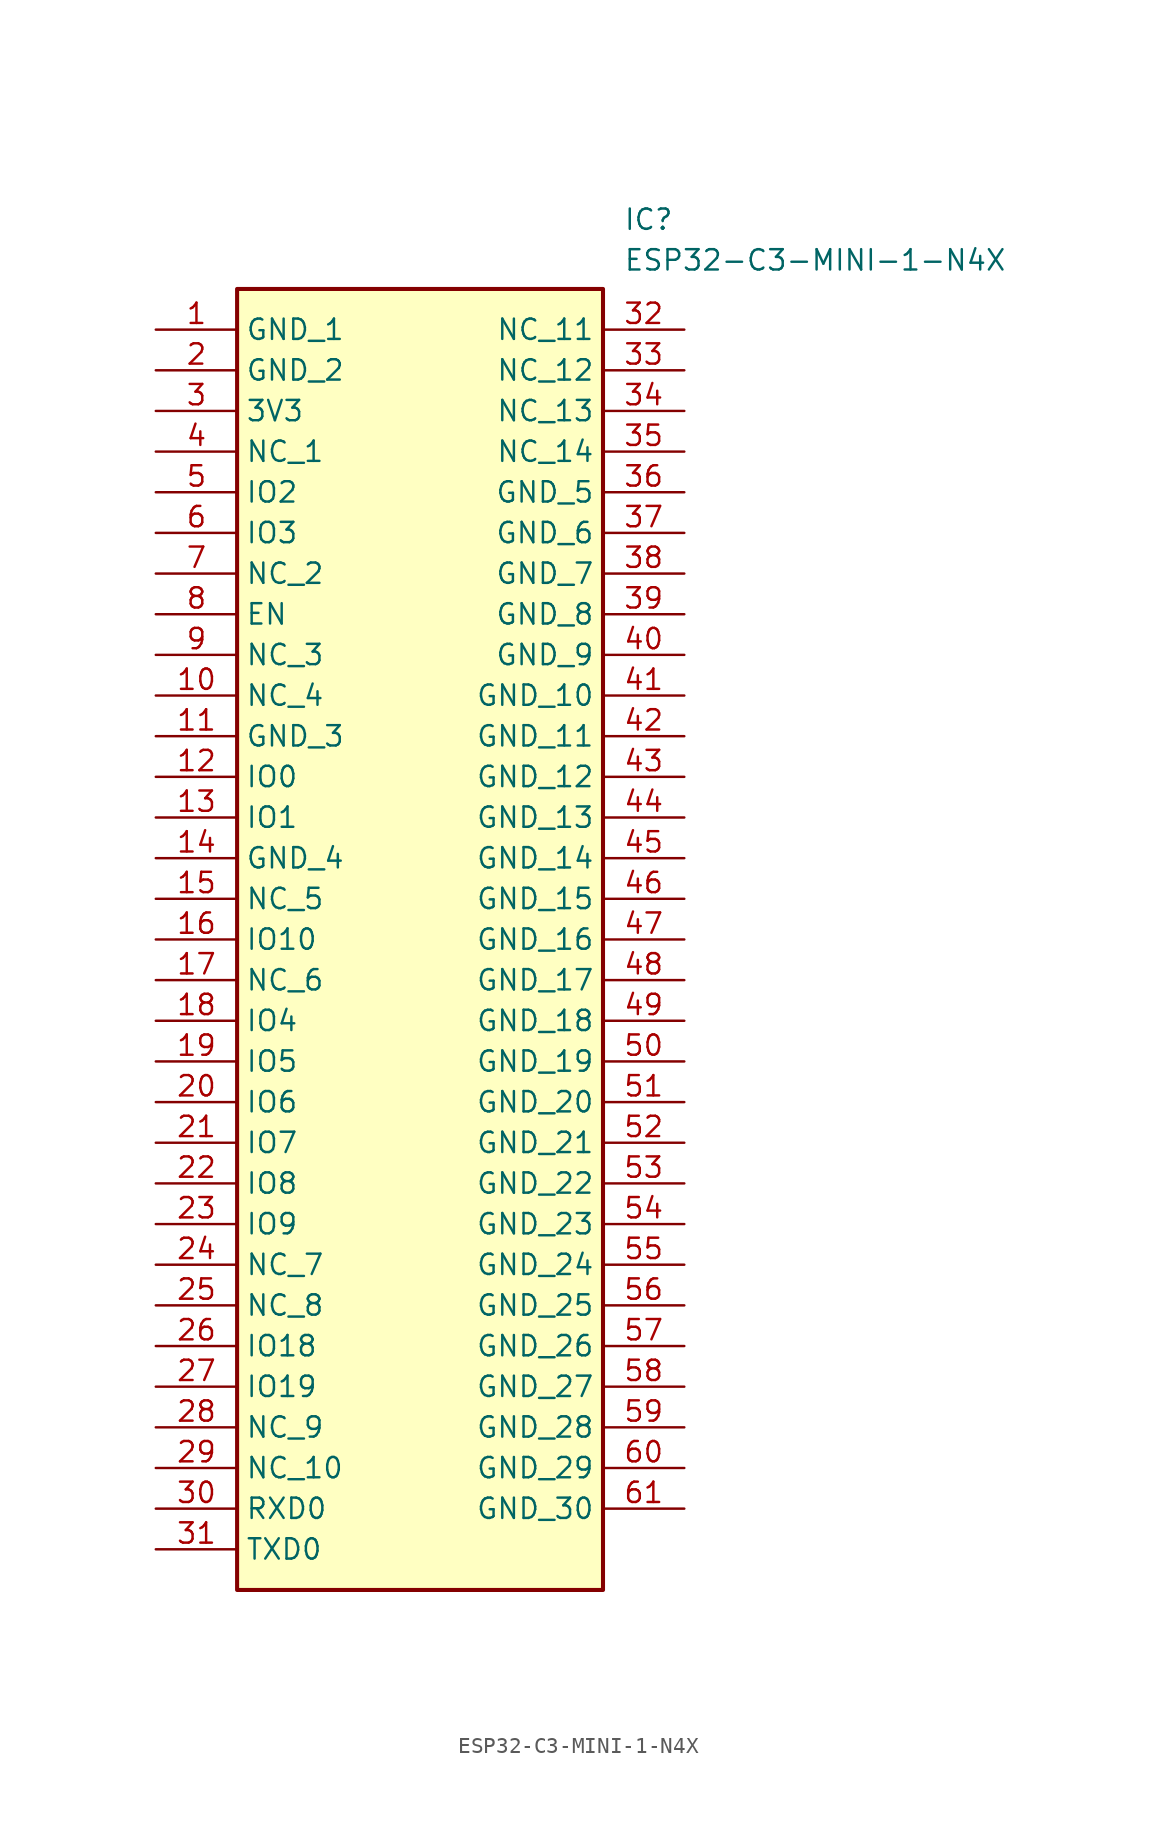
<source format=kicad_sym>
(kicad_symbol_lib
  (version 20211014)
  (generator SamacSys_ECAD_Model)
  (symbol "ESP32-C3-MINI-1-N4X"
    (property "Reference" "IC"
      (at 29.21 7.62 0)
      (effects (font (size 1.27 1.27)) (justify left top)))
    (property "Value" "ESP32-C3-MINI-1-N4X"
      (at 29.21 5.08 0)
      (effects (font (size 1.27 1.27)) (justify left top)))
    (rectangle
      (start 5.08 2.54)
      (end 27.94 -78.74)
      (stroke (width 0.254) (type default))
      (fill (type background)))
    (pin passive line
      (at 0 0 0)
      (length 5.08)
      (name "GND_1" (effects (font (size 1.27 1.27))))
      (number "1" (effects (font (size 1.27 1.27)))))
    (pin passive line
      (at 0 -2.54 0)
      (length 5.08)
      (name "GND_2" (effects (font (size 1.27 1.27))))
      (number "2" (effects (font (size 1.27 1.27)))))
    (pin passive line
      (at 0 -5.08 0)
      (length 5.08)
      (name "3V3" (effects (font (size 1.27 1.27))))
      (number "3" (effects (font (size 1.27 1.27)))))
    (pin passive line
      (at 0 -7.62 0)
      (length 5.08)
      (name "NC_1" (effects (font (size 1.27 1.27))))
      (number "4" (effects (font (size 1.27 1.27)))))
    (pin passive line
      (at 0 -10.16 0)
      (length 5.08)
      (name "IO2" (effects (font (size 1.27 1.27))))
      (number "5" (effects (font (size 1.27 1.27)))))
    (pin passive line
      (at 0 -12.7 0)
      (length 5.08)
      (name "IO3" (effects (font (size 1.27 1.27))))
      (number "6" (effects (font (size 1.27 1.27)))))
    (pin passive line
      (at 0 -15.24 0)
      (length 5.08)
      (name "NC_2" (effects (font (size 1.27 1.27))))
      (number "7" (effects (font (size 1.27 1.27)))))
    (pin passive line
      (at 0 -17.78 0)
      (length 5.08)
      (name "EN" (effects (font (size 1.27 1.27))))
      (number "8" (effects (font (size 1.27 1.27)))))
    (pin passive line
      (at 0 -20.32 0)
      (length 5.08)
      (name "NC_3" (effects (font (size 1.27 1.27))))
      (number "9" (effects (font (size 1.27 1.27)))))
    (pin passive line
      (at 0 -22.86 0)
      (length 5.08)
      (name "NC_4" (effects (font (size 1.27 1.27))))
      (number "10" (effects (font (size 1.27 1.27)))))
    (pin passive line
      (at 0 -25.4 0)
      (length 5.08)
      (name "GND_3" (effects (font (size 1.27 1.27))))
      (number "11" (effects (font (size 1.27 1.27)))))
    (pin passive line
      (at 0 -27.94 0)
      (length 5.08)
      (name "IO0" (effects (font (size 1.27 1.27))))
      (number "12" (effects (font (size 1.27 1.27)))))
    (pin passive line
      (at 0 -30.48 0)
      (length 5.08)
      (name "IO1" (effects (font (size 1.27 1.27))))
      (number "13" (effects (font (size 1.27 1.27)))))
    (pin passive line
      (at 0 -33.02 0)
      (length 5.08)
      (name "GND_4" (effects (font (size 1.27 1.27))))
      (number "14" (effects (font (size 1.27 1.27)))))
    (pin passive line
      (at 0 -35.56 0)
      (length 5.08)
      (name "NC_5" (effects (font (size 1.27 1.27))))
      (number "15" (effects (font (size 1.27 1.27)))))
    (pin passive line
      (at 0 -38.1 0)
      (length 5.08)
      (name "IO10" (effects (font (size 1.27 1.27))))
      (number "16" (effects (font (size 1.27 1.27)))))
    (pin passive line
      (at 0 -40.64 0)
      (length 5.08)
      (name "NC_6" (effects (font (size 1.27 1.27))))
      (number "17" (effects (font (size 1.27 1.27)))))
    (pin passive line
      (at 0 -43.18 0)
      (length 5.08)
      (name "IO4" (effects (font (size 1.27 1.27))))
      (number "18" (effects (font (size 1.27 1.27)))))
    (pin passive line
      (at 0 -45.72 0)
      (length 5.08)
      (name "IO5" (effects (font (size 1.27 1.27))))
      (number "19" (effects (font (size 1.27 1.27)))))
    (pin passive line
      (at 0 -48.26 0)
      (length 5.08)
      (name "IO6" (effects (font (size 1.27 1.27))))
      (number "20" (effects (font (size 1.27 1.27)))))
    (pin passive line
      (at 0 -50.8 0)
      (length 5.08)
      (name "IO7" (effects (font (size 1.27 1.27))))
      (number "21" (effects (font (size 1.27 1.27)))))
    (pin passive line
      (at 0 -53.34 0)
      (length 5.08)
      (name "IO8" (effects (font (size 1.27 1.27))))
      (number "22" (effects (font (size 1.27 1.27)))))
    (pin passive line
      (at 0 -55.88 0)
      (length 5.08)
      (name "IO9" (effects (font (size 1.27 1.27))))
      (number "23" (effects (font (size 1.27 1.27)))))
    (pin passive line
      (at 0 -58.42 0)
      (length 5.08)
      (name "NC_7" (effects (font (size 1.27 1.27))))
      (number "24" (effects (font (size 1.27 1.27)))))
    (pin passive line
      (at 0 -60.96 0)
      (length 5.08)
      (name "NC_8" (effects (font (size 1.27 1.27))))
      (number "25" (effects (font (size 1.27 1.27)))))
    (pin passive line
      (at 0 -63.5 0)
      (length 5.08)
      (name "IO18" (effects (font (size 1.27 1.27))))
      (number "26" (effects (font (size 1.27 1.27)))))
    (pin passive line
      (at 0 -66.04 0)
      (length 5.08)
      (name "IO19" (effects (font (size 1.27 1.27))))
      (number "27" (effects (font (size 1.27 1.27)))))
    (pin passive line
      (at 0 -68.58 0)
      (length 5.08)
      (name "NC_9" (effects (font (size 1.27 1.27))))
      (number "28" (effects (font (size 1.27 1.27)))))
    (pin passive line
      (at 0 -71.12 0)
      (length 5.08)
      (name "NC_10" (effects (font (size 1.27 1.27))))
      (number "29" (effects (font (size 1.27 1.27)))))
    (pin passive line
      (at 0 -73.66 0)
      (length 5.08)
      (name "RXD0" (effects (font (size 1.27 1.27))))
      (number "30" (effects (font (size 1.27 1.27)))))
    (pin passive line
      (at 0 -76.2 0)
      (length 5.08)
      (name "TXD0" (effects (font (size 1.27 1.27))))
      (number "31" (effects (font (size 1.27 1.27)))))
    (pin passive line
      (at 33.02 0 180)
      (length 5.08)
      (name "NC_11" (effects (font (size 1.27 1.27))))
      (number "32" (effects (font (size 1.27 1.27)))))
    (pin passive line
      (at 33.02 -2.54 180)
      (length 5.08)
      (name "NC_12" (effects (font (size 1.27 1.27))))
      (number "33" (effects (font (size 1.27 1.27)))))
    (pin passive line
      (at 33.02 -5.08 180)
      (length 5.08)
      (name "NC_13" (effects (font (size 1.27 1.27))))
      (number "34" (effects (font (size 1.27 1.27)))))
    (pin passive line
      (at 33.02 -7.62 180)
      (length 5.08)
      (name "NC_14" (effects (font (size 1.27 1.27))))
      (number "35" (effects (font (size 1.27 1.27)))))
    (pin passive line
      (at 33.02 -10.16 180)
      (length 5.08)
      (name "GND_5" (effects (font (size 1.27 1.27))))
      (number "36" (effects (font (size 1.27 1.27)))))
    (pin passive line
      (at 33.02 -12.7 180)
      (length 5.08)
      (name "GND_6" (effects (font (size 1.27 1.27))))
      (number "37" (effects (font (size 1.27 1.27)))))
    (pin passive line
      (at 33.02 -15.24 180)
      (length 5.08)
      (name "GND_7" (effects (font (size 1.27 1.27))))
      (number "38" (effects (font (size 1.27 1.27)))))
    (pin passive line
      (at 33.02 -17.78 180)
      (length 5.08)
      (name "GND_8" (effects (font (size 1.27 1.27))))
      (number "39" (effects (font (size 1.27 1.27)))))
    (pin passive line
      (at 33.02 -20.32 180)
      (length 5.08)
      (name "GND_9" (effects (font (size 1.27 1.27))))
      (number "40" (effects (font (size 1.27 1.27)))))
    (pin passive line
      (at 33.02 -22.86 180)
      (length 5.08)
      (name "GND_10" (effects (font (size 1.27 1.27))))
      (number "41" (effects (font (size 1.27 1.27)))))
    (pin passive line
      (at 33.02 -25.4 180)
      (length 5.08)
      (name "GND_11" (effects (font (size 1.27 1.27))))
      (number "42" (effects (font (size 1.27 1.27)))))
    (pin passive line
      (at 33.02 -27.94 180)
      (length 5.08)
      (name "GND_12" (effects (font (size 1.27 1.27))))
      (number "43" (effects (font (size 1.27 1.27)))))
    (pin passive line
      (at 33.02 -30.48 180)
      (length 5.08)
      (name "GND_13" (effects (font (size 1.27 1.27))))
      (number "44" (effects (font (size 1.27 1.27)))))
    (pin passive line
      (at 33.02 -33.02 180)
      (length 5.08)
      (name "GND_14" (effects (font (size 1.27 1.27))))
      (number "45" (effects (font (size 1.27 1.27)))))
    (pin passive line
      (at 33.02 -35.56 180)
      (length 5.08)
      (name "GND_15" (effects (font (size 1.27 1.27))))
      (number "46" (effects (font (size 1.27 1.27)))))
    (pin passive line
      (at 33.02 -38.1 180)
      (length 5.08)
      (name "GND_16" (effects (font (size 1.27 1.27))))
      (number "47" (effects (font (size 1.27 1.27)))))
    (pin passive line
      (at 33.02 -40.64 180)
      (length 5.08)
      (name "GND_17" (effects (font (size 1.27 1.27))))
      (number "48" (effects (font (size 1.27 1.27)))))
    (pin passive line
      (at 33.02 -43.18 180)
      (length 5.08)
      (name "GND_18" (effects (font (size 1.27 1.27))))
      (number "49" (effects (font (size 1.27 1.27)))))
    (pin passive line
      (at 33.02 -45.72 180)
      (length 5.08)
      (name "GND_19" (effects (font (size 1.27 1.27))))
      (number "50" (effects (font (size 1.27 1.27)))))
    (pin passive line
      (at 33.02 -48.26 180)
      (length 5.08)
      (name "GND_20" (effects (font (size 1.27 1.27))))
      (number "51" (effects (font (size 1.27 1.27)))))
    (pin passive line
      (at 33.02 -50.8 180)
      (length 5.08)
      (name "GND_21" (effects (font (size 1.27 1.27))))
      (number "52" (effects (font (size 1.27 1.27)))))
    (pin passive line
      (at 33.02 -53.34 180)
      (length 5.08)
      (name "GND_22" (effects (font (size 1.27 1.27))))
      (number "53" (effects (font (size 1.27 1.27)))))
    (pin passive line
      (at 33.02 -55.88 180)
      (length 5.08)
      (name "GND_23" (effects (font (size 1.27 1.27))))
      (number "54" (effects (font (size 1.27 1.27)))))
    (pin passive line
      (at 33.02 -58.42 180)
      (length 5.08)
      (name "GND_24" (effects (font (size 1.27 1.27))))
      (number "55" (effects (font (size 1.27 1.27)))))
    (pin passive line
      (at 33.02 -60.96 180)
      (length 5.08)
      (name "GND_25" (effects (font (size 1.27 1.27))))
      (number "56" (effects (font (size 1.27 1.27)))))
    (pin passive line
      (at 33.02 -63.5 180)
      (length 5.08)
      (name "GND_26" (effects (font (size 1.27 1.27))))
      (number "57" (effects (font (size 1.27 1.27)))))
    (pin passive line
      (at 33.02 -66.04 180)
      (length 5.08)
      (name "GND_27" (effects (font (size 1.27 1.27))))
      (number "58" (effects (font (size 1.27 1.27)))))
    (pin passive line
      (at 33.02 -68.58 180)
      (length 5.08)
      (name "GND_28" (effects (font (size 1.27 1.27))))
      (number "59" (effects (font (size 1.27 1.27)))))
    (pin passive line
      (at 33.02 -71.12 180)
      (length 5.08)
      (name "GND_29" (effects (font (size 1.27 1.27))))
      (number "60" (effects (font (size 1.27 1.27)))))
    (pin passive line
      (at 33.02 -73.66 180)
      (length 5.08)
      (name "GND_30" (effects (font (size 1.27 1.27))))
      (number "61" (effects (font (size 1.27 1.27)))))))
</source>
